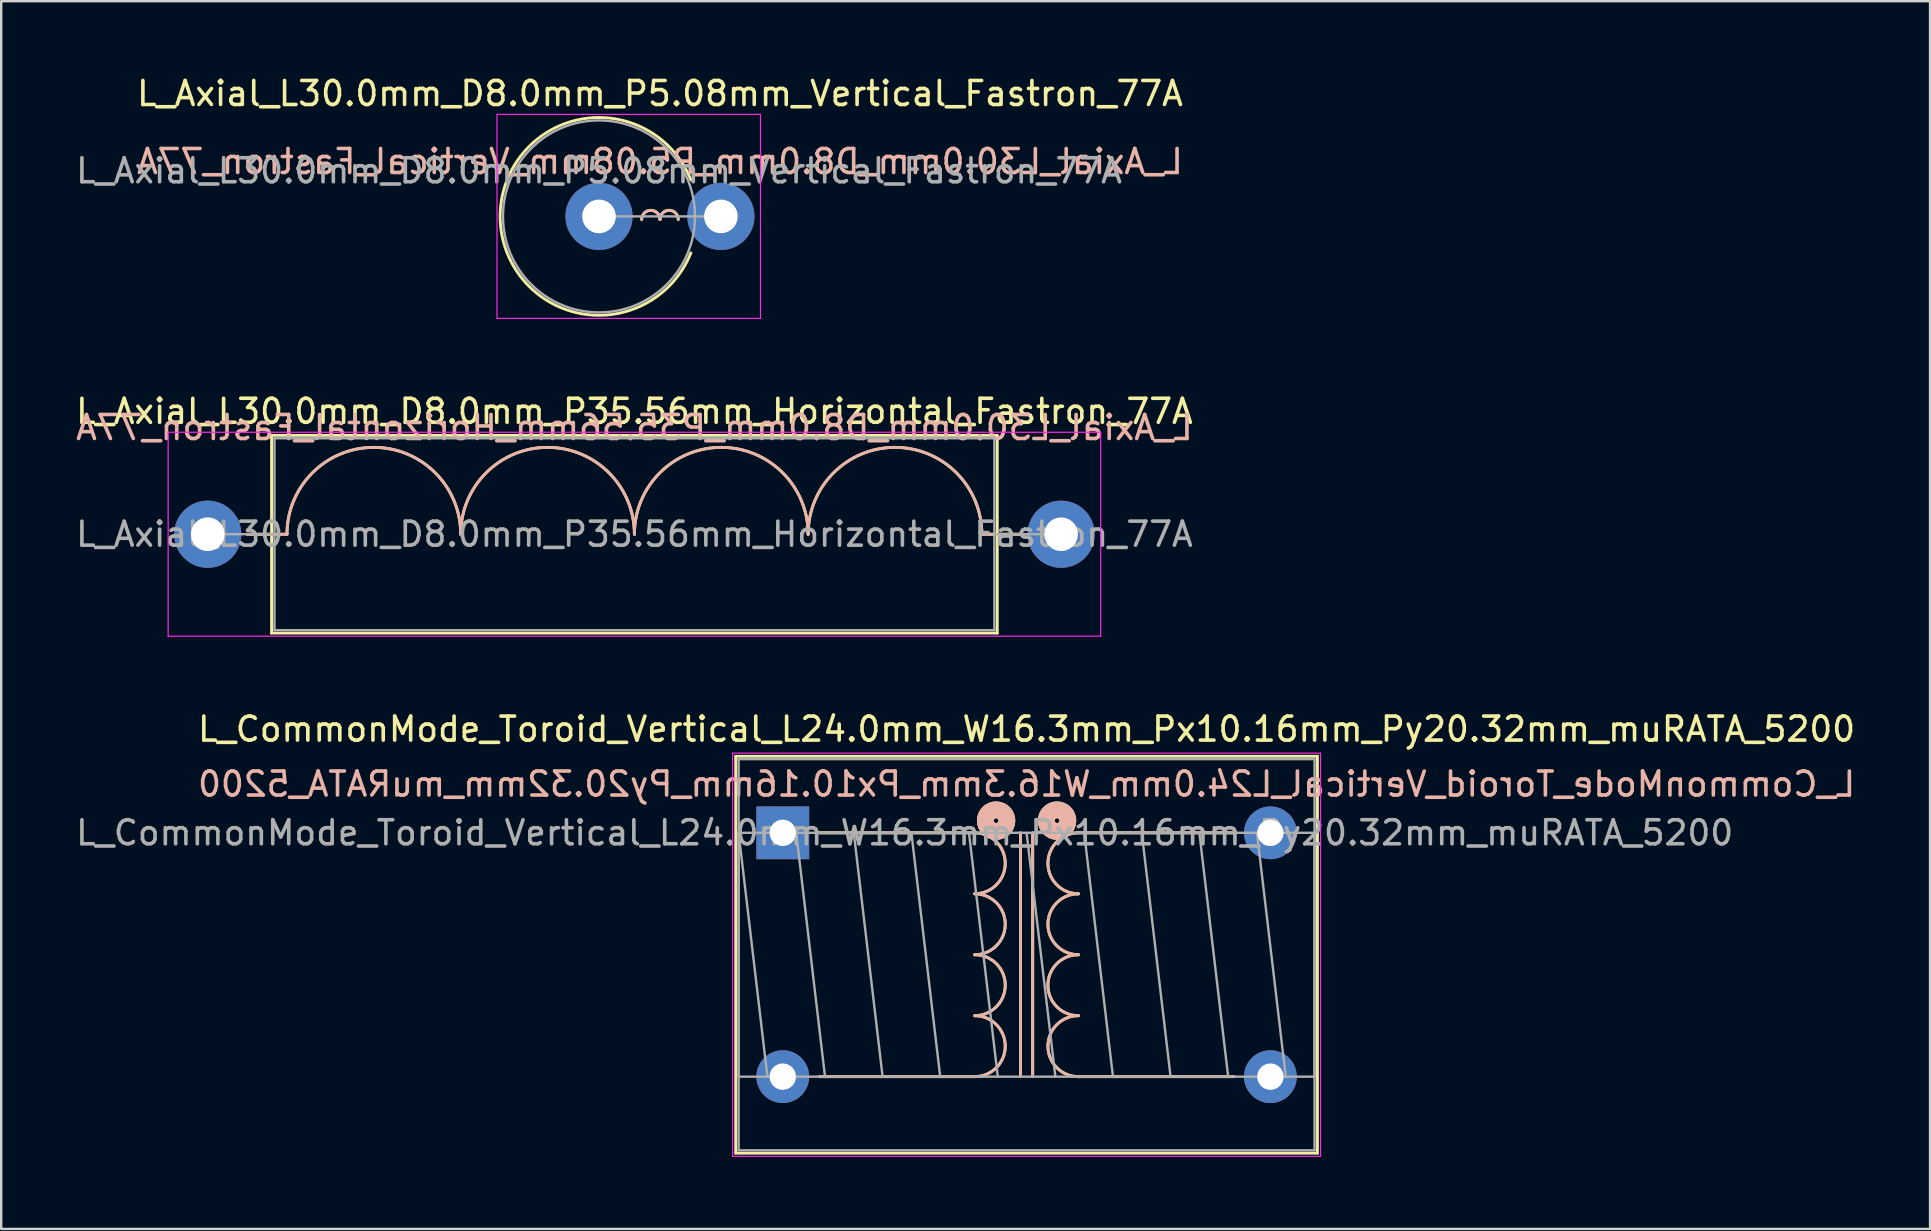
<source format=kicad_pcb>
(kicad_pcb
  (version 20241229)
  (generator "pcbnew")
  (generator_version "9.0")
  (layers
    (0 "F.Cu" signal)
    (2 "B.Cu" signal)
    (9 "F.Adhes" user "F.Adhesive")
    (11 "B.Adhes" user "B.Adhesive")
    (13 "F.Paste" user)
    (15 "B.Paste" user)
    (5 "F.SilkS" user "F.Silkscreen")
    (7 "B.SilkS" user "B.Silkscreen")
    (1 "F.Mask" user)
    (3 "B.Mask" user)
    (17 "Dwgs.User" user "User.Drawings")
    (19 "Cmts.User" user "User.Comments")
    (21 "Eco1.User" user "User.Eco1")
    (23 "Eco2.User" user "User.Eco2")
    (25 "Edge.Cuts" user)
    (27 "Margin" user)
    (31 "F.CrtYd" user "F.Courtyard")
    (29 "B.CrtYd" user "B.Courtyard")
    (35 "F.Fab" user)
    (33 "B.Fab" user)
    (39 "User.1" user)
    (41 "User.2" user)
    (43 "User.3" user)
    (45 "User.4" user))
  (footprint "L_CommonMode_Toroid_Vertical_L24.0mm_W16.3mm_Px10.16mm_Py20.32mm_muRATA_5200"
    (layer "F.Cu")
    (at 29.569 31.655)
    (property "Reference" "L_CommonMode_Toroid_Vertical_L24.0mm_W16.3mm_Px10.16mm_Py20.32mm_muRATA_5200" (at 10.16 -4.32 0) (layer "F.SilkS") (effects (font (size 1 1) (thickness 0.15))))
    (fp_line (start -1.96 -3.19) (end -1.96 13.35) (stroke (width 0.12) (type solid)) (layer "F.SilkS"))
    (fp_line (start -1.96 -3.19) (end 22.28 -3.19) (stroke (width 0.12) (type solid)) (layer "F.SilkS"))
    (fp_line (start -1.96 13.35) (end 22.28 13.35) (stroke (width 0.12) (type solid)) (layer "F.SilkS"))
    (fp_line (start 1.524 0) (end 8.001 0) (stroke (width 0.12) (type solid)) (layer "F.SilkS"))
    (fp_line (start 1.524 10.16) (end 8.001 10.16) (stroke (width 0.12) (type solid)) (layer "F.SilkS"))
    (fp_line (start 9.906 10.16) (end 9.906 0) (stroke (width 0.12) (type solid)) (layer "F.SilkS"))
    (fp_line (start 10.414 0) (end 10.414 10.16) (stroke (width 0.12) (type solid)) (layer "F.SilkS"))
    (fp_line (start 12.319 0) (end 18.796 0) (stroke (width 0.12) (type solid)) (layer "F.SilkS"))
    (fp_line (start 12.319 10.16) (end 18.796 10.16) (stroke (width 0.12) (type solid)) (layer "F.SilkS"))
    (fp_line (start 22.28 -3.19) (end 22.28 13.35) (stroke (width 0.12) (type solid)) (layer "F.SilkS"))
    (fp_arc (start 8.001 0) (mid 9.271 1.27) (end 8.001 2.54) (stroke (width 0.12) (type solid)) (layer "F.SilkS"))
    (fp_arc (start 8.001 2.54) (mid 9.271 3.81) (end 8.001 5.08) (stroke (width 0.12) (type solid)) (layer "F.SilkS"))
    (fp_arc (start 8.001 5.08) (mid 9.271 6.35) (end 8.001 7.62) (stroke (width 0.12) (type solid)) (layer "F.SilkS"))
    (fp_arc (start 8.001 7.62) (mid 9.271 8.89) (end 8.001 10.16) (stroke (width 0.12) (type solid)) (layer "F.SilkS"))
    (fp_arc (start 12.319 2.54) (mid 11.049 1.27) (end 12.319 0) (stroke (width 0.12) (type solid)) (layer "F.SilkS"))
    (fp_arc (start 12.319 5.08) (mid 11.049 3.81) (end 12.319 2.54) (stroke (width 0.12) (type solid)) (layer "F.SilkS"))
    (fp_arc (start 12.319 7.62) (mid 11.049 6.35) (end 12.319 5.08) (stroke (width 0.12) (type solid)) (layer "F.SilkS"))
    (fp_arc (start 12.319 10.16) (mid 11.049 8.89) (end 12.319 7.62) (stroke (width 0.12) (type solid)) (layer "F.SilkS"))
    (fp_circle (center 8.89 -0.508) (end 8.99 -0.508) (stroke (width 0.7) (type solid)) (fill no) (layer "F.SilkS"))
    (fp_circle (center 11.43 -0.508) (end 11.53 -0.508) (stroke (width 0.7) (type solid)) (fill no) (layer "F.SilkS"))
    (fp_line (start 8.001 0) (end 1.524 0) (stroke (width 0.12) (type solid)) (layer "B.SilkS"))
    (fp_line (start 8.001 10.16) (end 1.524 10.16) (stroke (width 0.12) (type solid)) (layer "B.SilkS"))
    (fp_line (start 9.906 0) (end 9.906 10.16) (stroke (width 0.12) (type solid)) (layer "B.SilkS"))
    (fp_line (start 10.414 10.16) (end 10.414 0) (stroke (width 0.12) (type solid)) (layer "B.SilkS"))
    (fp_line (start 18.796 0) (end 12.319 0) (stroke (width 0.12) (type solid)) (layer "B.SilkS"))
    (fp_line (start 18.796 10.16) (end 12.319 10.16) (stroke (width 0.12) (type solid)) (layer "B.SilkS"))
    (fp_arc (start 8.001 0) (mid 9.271 1.27) (end 8.001 2.54) (stroke (width 0.12) (type solid)) (layer "B.SilkS"))
    (fp_arc (start 8.001 2.54) (mid 9.271 3.81) (end 8.001 5.08) (stroke (width 0.12) (type solid)) (layer "B.SilkS"))
    (fp_arc (start 8.001 5.08) (mid 9.271 6.35) (end 8.001 7.62) (stroke (width 0.12) (type solid)) (layer "B.SilkS"))
    (fp_arc (start 8.001 7.62) (mid 9.271 8.89) (end 8.001 10.16) (stroke (width 0.12) (type solid)) (layer "B.SilkS"))
    (fp_arc (start 12.319 2.54) (mid 11.049 1.27) (end 12.319 0) (stroke (width 0.12) (type solid)) (layer "B.SilkS"))
    (fp_arc (start 12.319 5.08) (mid 11.049 3.81) (end 12.319 2.54) (stroke (width 0.12) (type solid)) (layer "B.SilkS"))
    (fp_arc (start 12.319 7.62) (mid 11.049 6.35) (end 12.319 5.08) (stroke (width 0.12) (type solid)) (layer "B.SilkS"))
    (fp_arc (start 12.319 10.16) (mid 11.049 8.89) (end 12.319 7.62) (stroke (width 0.12) (type solid)) (layer "B.SilkS"))
    (fp_circle (center 8.89 -0.508) (end 8.79 -0.508) (stroke (width 0.7) (type solid)) (fill no) (layer "B.SilkS"))
    (fp_circle (center 11.43 -0.508) (end 11.33 -0.508) (stroke (width 0.7) (type solid)) (fill no) (layer "B.SilkS"))
    (fp_line (start -2.09 -3.32) (end -2.09 13.48) (stroke (width 0.05) (type solid)) (layer "F.CrtYd"))
    (fp_line (start -2.09 13.48) (end 22.41 13.48) (stroke (width 0.05) (type solid)) (layer "F.CrtYd"))
    (fp_line (start 22.41 -3.32) (end -2.09 -3.32) (stroke (width 0.05) (type solid)) (layer "F.CrtYd"))
    (fp_line (start 22.41 13.48) (end 22.41 -3.32) (stroke (width 0.05) (type solid)) (layer "F.CrtYd"))
    (fp_line (start -1.84 -3.07) (end -1.84 13.23) (stroke (width 0.1) (type solid)) (layer "F.Fab"))
    (fp_line (start -1.84 0) (end -1.84 10.16) (stroke (width 0.1) (type solid)) (layer "F.Fab"))
    (fp_line (start -1.84 0) (end -0.64 10.16) (stroke (width 0.1) (type solid)) (layer "F.Fab"))
    (fp_line (start -1.84 10.16) (end 22.16 10.16) (stroke (width 0.1) (type solid)) (layer "F.Fab"))
    (fp_line (start -1.84 13.23) (end 22.16 13.23) (stroke (width 0.1) (type solid)) (layer "F.Fab"))
    (fp_line (start 0.56 0) (end 1.76 10.16) (stroke (width 0.1) (type solid)) (layer "F.Fab"))
    (fp_line (start 2.96 0) (end 4.16 10.16) (stroke (width 0.1) (type solid)) (layer "F.Fab"))
    (fp_line (start 5.36 0) (end 6.56 10.16) (stroke (width 0.1) (type solid)) (layer "F.Fab"))
    (fp_line (start 7.76 0) (end 8.96 10.16) (stroke (width 0.1) (type solid)) (layer "F.Fab"))
    (fp_line (start 10.16 0) (end 11.36 10.16) (stroke (width 0.1) (type solid)) (layer "F.Fab"))
    (fp_line (start 12.56 0) (end 13.76 10.16) (stroke (width 0.1) (type solid)) (layer "F.Fab"))
    (fp_line (start 14.96 0) (end 16.16 10.16) (stroke (width 0.1) (type solid)) (layer "F.Fab"))
    (fp_line (start 17.36 0) (end 18.56 10.16) (stroke (width 0.1) (type solid)) (layer "F.Fab"))
    (fp_line (start 19.76 0) (end 20.96 10.16) (stroke (width 0.1) (type solid)) (layer "F.Fab"))
    (fp_line (start 22.16 -3.07) (end -1.84 -3.07) (stroke (width 0.1) (type solid)) (layer "F.Fab"))
    (fp_line (start 22.16 0) (end -1.84 0) (stroke (width 0.1) (type solid)) (layer "F.Fab"))
    (fp_line (start 22.16 10.16) (end 22.16 0) (stroke (width 0.1) (type solid)) (layer "F.Fab"))
    (fp_line (start 22.16 13.23) (end 22.16 -3.07) (stroke (width 0.1) (type solid)) (layer "F.Fab"))
    (fp_text user "${REFERENCE}" (at 10.16 -2.032 0) (layer "B.SilkS") (effects (font (size 1 1) (thickness 0.15)) (justify mirror)))
    (fp_text user "${REFERENCE}" (at 5.08 0 0) (layer "F.Fab") (effects (font (size 1 1) (thickness 0.15))))
    (pad "1" thru_hole rect (at 0 0) (size 2.2 2.2) (drill 1.1) (layers "*.Cu" "*.Mask"))
    (pad "2" thru_hole circle (at 0 10.16) (size 2.2 2.2) (drill 1.1) (layers "*.Cu" "*.Mask"))
    (pad "3" thru_hole circle (at 20.32 10.16) (size 2.2 2.2) (drill 1.1) (layers "*.Cu" "*.Mask"))
    (pad "4" thru_hole circle (at 20.32 0) (size 2.2 2.2) (drill 1.1) (layers "*.Cu" "*.Mask")))
  (footprint "L_Axial_L30.0mm_D8.0mm_P35.56mm_Horizontal_Fastron_77A"
    (layer "F.Cu")
    (at 5.607 19.212)
    (property "Reference" "L_Axial_L30.0mm_D8.0mm_P35.56mm_Horizontal_Fastron_77A" (at 17.78 -5.12 0) (layer "F.SilkS") (effects (font (size 1 1) (thickness 0.15))))
    (fp_line (start 1.64 0) (end 2.66 0) (stroke (width 0.12) (type solid)) (layer "F.SilkS"))
    (fp_line (start 2.66 -4.12) (end 2.66 4.12) (stroke (width 0.12) (type solid)) (layer "F.SilkS"))
    (fp_line (start 2.66 4.12) (end 32.9 4.12) (stroke (width 0.12) (type solid)) (layer "F.SilkS"))
    (fp_line (start 3.302 0) (end 2.685 0) (stroke (width 0.12) (type solid)) (layer "F.SilkS"))
    (fp_line (start 32.258 0) (end 32.893 0) (stroke (width 0.12) (type solid)) (layer "F.SilkS"))
    (fp_line (start 32.9 -4.12) (end 2.66 -4.12) (stroke (width 0.12) (type solid)) (layer "F.SilkS"))
    (fp_line (start 32.9 4.12) (end 32.9 -4.12) (stroke (width 0.12) (type solid)) (layer "F.SilkS"))
    (fp_line (start 33.92 0) (end 32.9 0) (stroke (width 0.12) (type solid)) (layer "F.SilkS"))
    (fp_arc (start 3.302 0) (mid 6.9215 -3.6195) (end 10.541 0) (stroke (width 0.12) (type solid)) (layer "F.SilkS"))
    (fp_arc (start 10.541 0) (mid 14.1605 -3.6195) (end 17.78 0) (stroke (width 0.12) (type solid)) (layer "F.SilkS"))
    (fp_arc (start 17.78 0) (mid 21.3995 -3.6195) (end 25.019 0) (stroke (width 0.12) (type solid)) (layer "F.SilkS"))
    (fp_arc (start 25.019 0) (mid 28.6385 -3.6195) (end 32.258 0) (stroke (width 0.12) (type solid)) (layer "F.SilkS"))
    (fp_line (start 1.64 0) (end 2.66 0) (stroke (width 0.12) (type solid)) (layer "B.SilkS"))
    (fp_line (start 3.302 0) (end 2.667 0) (stroke (width 0.12) (type solid)) (layer "B.SilkS"))
    (fp_line (start 32.258 0) (end 32.875 0) (stroke (width 0.12) (type solid)) (layer "B.SilkS"))
    (fp_line (start 33.92 0) (end 32.9 0) (stroke (width 0.12) (type solid)) (layer "B.SilkS"))
    (fp_arc (start 3.302 0) (mid 6.9215 -3.6195) (end 10.541 0) (stroke (width 0.12) (type solid)) (layer "B.SilkS"))
    (fp_arc (start 10.541 0) (mid 14.1605 -3.6195) (end 17.78 0) (stroke (width 0.12) (type solid)) (layer "B.SilkS"))
    (fp_arc (start 17.78 0) (mid 21.3995 -3.6195) (end 25.019 0) (stroke (width 0.12) (type solid)) (layer "B.SilkS"))
    (fp_arc (start 25.019 0) (mid 28.6385 -3.6195) (end 32.258 0) (stroke (width 0.12) (type solid)) (layer "B.SilkS"))
    (fp_line (start -1.65 -4.25) (end -1.65 4.25) (stroke (width 0.05) (type solid)) (layer "F.CrtYd"))
    (fp_line (start -1.65 4.25) (end 37.21 4.25) (stroke (width 0.05) (type solid)) (layer "F.CrtYd"))
    (fp_line (start 37.21 -4.25) (end -1.65 -4.25) (stroke (width 0.05) (type solid)) (layer "F.CrtYd"))
    (fp_line (start 37.21 4.25) (end 37.21 -4.25) (stroke (width 0.05) (type solid)) (layer "F.CrtYd"))
    (fp_line (start 0 0) (end 2.78 0) (stroke (width 0.1) (type solid)) (layer "F.Fab"))
    (fp_line (start 2.78 -4) (end 2.78 4) (stroke (width 0.1) (type solid)) (layer "F.Fab"))
    (fp_line (start 2.78 4) (end 32.78 4) (stroke (width 0.1) (type solid)) (layer "F.Fab"))
    (fp_line (start 32.78 -4) (end 2.78 -4) (stroke (width 0.1) (type solid)) (layer "F.Fab"))
    (fp_line (start 32.78 4) (end 32.78 -4) (stroke (width 0.1) (type solid)) (layer "F.Fab"))
    (fp_line (start 35.56 0) (end 32.78 0) (stroke (width 0.1) (type solid)) (layer "F.Fab"))
    (fp_text user "${REFERENCE}" (at 17.78 -4.445 0) (layer "B.SilkS") (effects (font (size 1 1) (thickness 0.15)) (justify mirror)))
    (fp_text user "${REFERENCE}" (at 17.78 0 0) (layer "F.Fab") (effects (font (size 1 1) (thickness 0.15))))
    (pad "1" thru_hole circle (at 0 0) (size 2.8 2.8) (drill 1.4) (layers "*.Cu" "*.Mask"))
    (pad "2" thru_hole oval (at 35.56 0) (size 2.8 2.8) (drill 1.4) (layers "*.Cu" "*.Mask")))
  (footprint "L_Axial_L30.0mm_D8.0mm_P5.08mm_Vertical_Fastron_77A"
    (layer "F.Cu")
    (at 21.911 5.968)
    (property "Reference" "L_Axial_L30.0mm_D8.0mm_P5.08mm_Vertical_Fastron_77A" (at 2.54 -5.12 0) (layer "F.SilkS") (effects (font (size 1 1) (thickness 0.15))))
    (fp_arc (start 1.778 0.127) (mid 2.159 -0.254) (end 2.54 0.127) (stroke (width 0.12) (type solid)) (layer "F.SilkS"))
    (fp_arc (start 2.54 0.127) (mid 2.921 -0.254) (end 3.302 0.127) (stroke (width 0.12) (type solid)) (layer "F.SilkS"))
    (fp_arc (start 3.82936 1.52) (mid -4.12 0) (end 3.82936 -1.52) (stroke (width 0.12) (type solid)) (layer "F.SilkS"))
    (fp_arc (start 1.778 0.127) (mid 2.159 -0.254) (end 2.54 0.127) (stroke (width 0.12) (type solid)) (layer "B.SilkS"))
    (fp_arc (start 2.54 0.127) (mid 2.921 -0.254) (end 3.302 0.127) (stroke (width 0.12) (type solid)) (layer "B.SilkS"))
    (fp_line (start -4.25 -4.25) (end -4.25 4.25) (stroke (width 0.05) (type solid)) (layer "F.CrtYd"))
    (fp_line (start -4.25 4.25) (end 6.73 4.25) (stroke (width 0.05) (type solid)) (layer "F.CrtYd"))
    (fp_line (start 6.73 -4.25) (end -4.25 -4.25) (stroke (width 0.05) (type solid)) (layer "F.CrtYd"))
    (fp_line (start 6.73 4.25) (end 6.73 -4.25) (stroke (width 0.05) (type solid)) (layer "F.CrtYd"))
    (fp_line (start 0 0) (end 5.08 0) (stroke (width 0.1) (type solid)) (layer "F.Fab"))
    (fp_circle (center 0 0) (end 4 0) (stroke (width 0.1) (type solid)) (fill no) (layer "F.Fab"))
    (fp_text user "${REFERENCE}" (at 2.54 -2.286 0) (layer "B.SilkS") (effects (font (size 1 1) (thickness 0.15)) (justify mirror)))
    (fp_text user "${REFERENCE}" (at 0 -1.9 0) (layer "F.Fab") (effects (font (size 1 1) (thickness 0.15))))
    (pad "1" thru_hole circle (at 0 0) (size 2.8 2.8) (drill 1.4) (layers "*.Cu" "*.Mask"))
    (pad "2" thru_hole oval (at 5.08 0) (size 2.8 2.8) (drill 1.4) (layers "*.Cu" "*.Mask")))
  (gr_rect
    (start -3 -3)
    (end 77.378 48.16)
    (stroke (width 0.1) (type default))
    (fill no)
    (layer "Edge.Cuts")))
</source>
